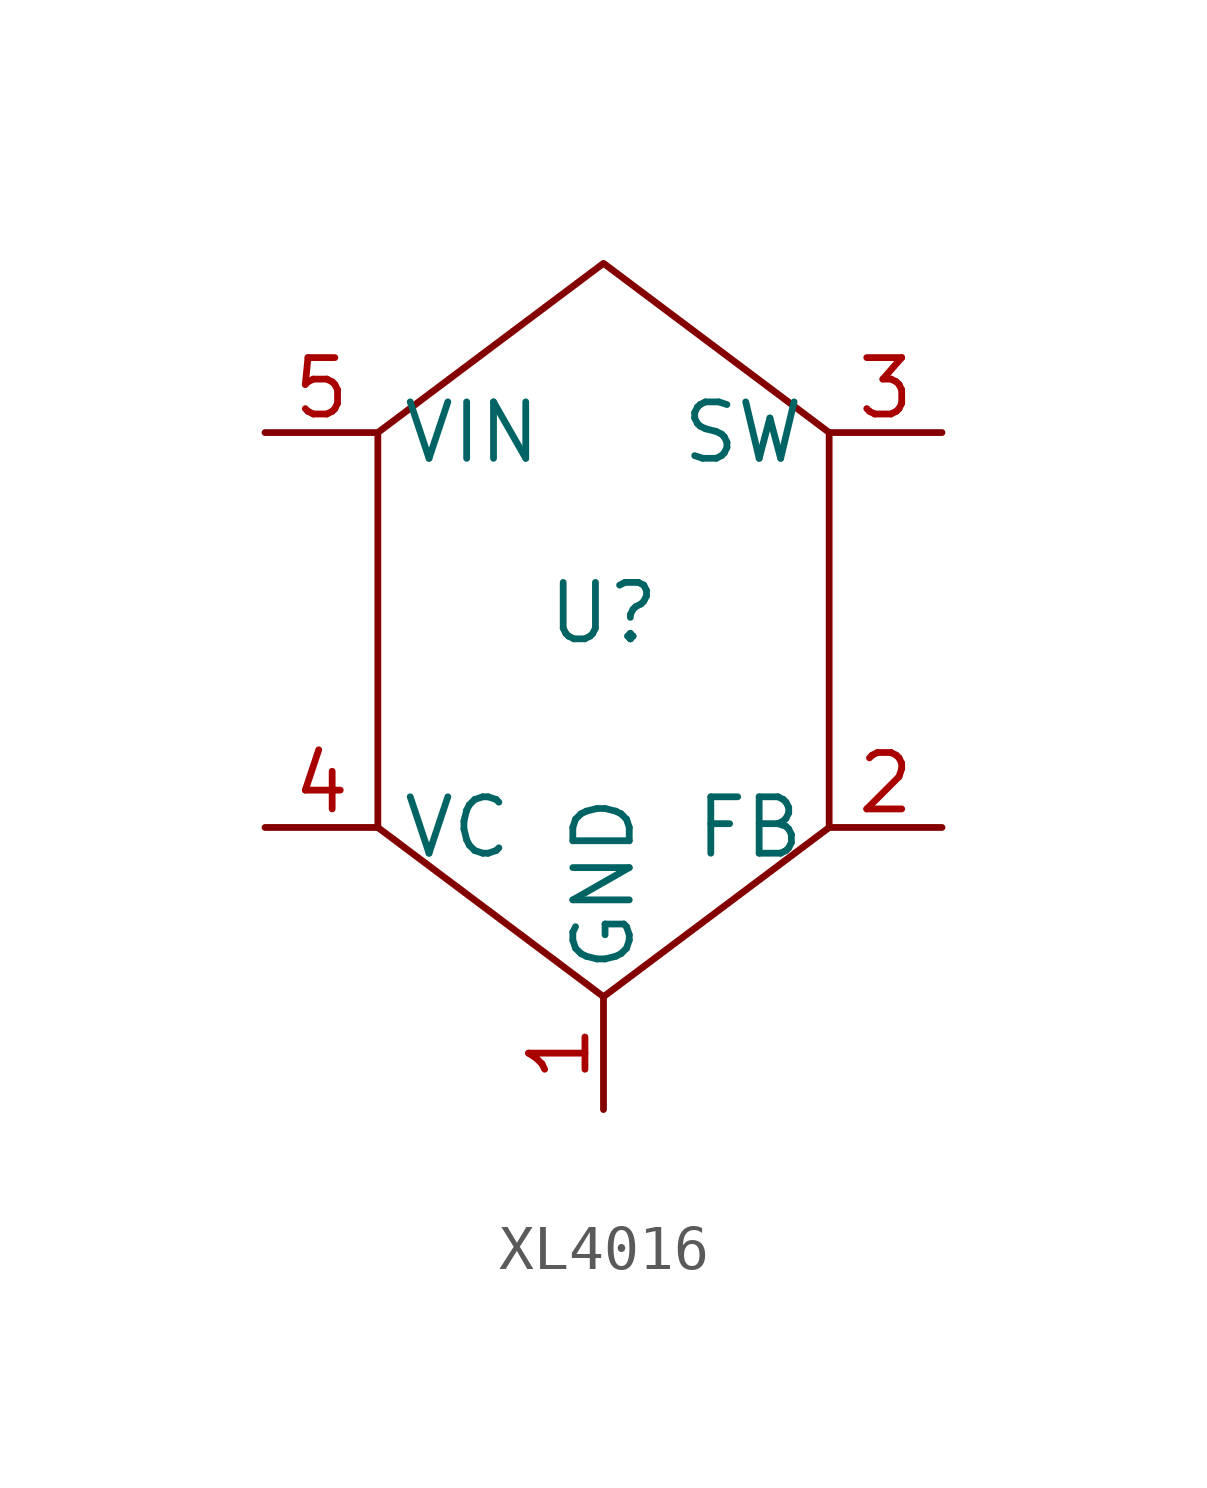
<source format=kicad_sym>
(kicad_symbol_lib
  (version 20231120)
  (generator "kicad_symbol_editor")
  (generator_version "8.0")
  (symbol "XL4016"
    (property "Reference" "U"
      (at 0 -0.254 0)
      (effects (font (size 1.27 1.27))))
    (property "Value" ""
      (at -5.08 6.35 0)
      (effects (font (size 1.27 1.27))))
    (symbol "XL4016_0_1"
      (polyline (pts (xy -5.08 -5.08) (xy 0 -8.89)) (stroke (width 0) (type default)) (fill (type none)))
      (polyline (pts (xy -5.08 3.81) (xy -5.08 -5.08)) (stroke (width 0) (type default)) (fill (type none)))
      (polyline (pts (xy 0 -8.89) (xy 5.08 -5.08)) (stroke (width 0) (type default)) (fill (type none)))
      (polyline (pts (xy 5.08 3.81) (xy 5.08 -5.08)) (stroke (width 0) (type default)) (fill (type none)))
      (polyline (pts (xy -5.08 3.81) (xy 0 7.62) (xy 5.08 3.81)) (stroke (width 0) (type default)) (fill (type none))))
    (symbol "XL4016_1_1"
      (pin input line (at 0 -11.43 90) (length 2.54) (name "GND" (effects (font (size 1.27 1.27)))) (number "1" (effects (font (size 1.27 1.27)))))
      (pin input line (at 7.62 -5.08 180) (length 2.54) (name "FB" (effects (font (size 1.27 1.27)))) (number "2" (effects (font (size 1.27 1.27)))))
      (pin input line (at 7.62 3.81 180) (length 2.54) (name "SW" (effects (font (size 1.27 1.27)))) (number "3" (effects (font (size 1.27 1.27)))))
      (pin input line (at -7.62 -5.08 0) (length 2.54) (name "VC" (effects (font (size 1.27 1.27)))) (number "4" (effects (font (size 1.27 1.27)))))
      (pin input line (at -7.62 3.81 0) (length 2.54) (name "VIN" (effects (font (size 1.27 1.27)))) (number "5" (effects (font (size 1.27 1.27))))))))
</source>
